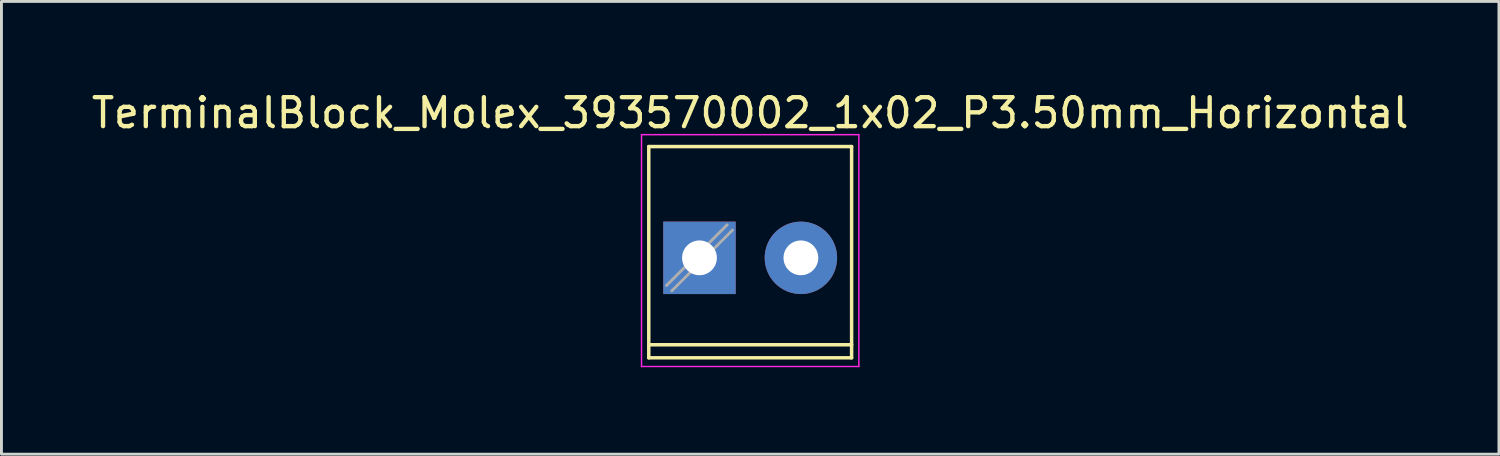
<source format=kicad_pcb>
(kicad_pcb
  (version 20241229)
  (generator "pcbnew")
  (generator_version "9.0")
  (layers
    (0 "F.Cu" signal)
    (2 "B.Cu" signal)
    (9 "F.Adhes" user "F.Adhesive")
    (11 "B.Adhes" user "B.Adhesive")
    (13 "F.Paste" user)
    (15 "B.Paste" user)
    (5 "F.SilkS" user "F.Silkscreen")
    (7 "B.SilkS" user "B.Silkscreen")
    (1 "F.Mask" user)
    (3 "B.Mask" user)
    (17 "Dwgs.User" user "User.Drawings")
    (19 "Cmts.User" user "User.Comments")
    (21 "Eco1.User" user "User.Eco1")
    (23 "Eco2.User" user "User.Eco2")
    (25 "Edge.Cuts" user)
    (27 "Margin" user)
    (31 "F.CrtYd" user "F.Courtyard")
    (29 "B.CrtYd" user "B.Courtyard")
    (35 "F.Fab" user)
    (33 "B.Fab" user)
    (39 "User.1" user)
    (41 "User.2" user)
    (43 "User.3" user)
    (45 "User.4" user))
  (footprint "TerminalBlock_Molex_393570002_1x02_P3.50mm_Horizontal"
    (layer "F.Cu")
    (at 21.089 5.848)
    (property "Reference" "TerminalBlock_Molex_393570002_1x02_P3.50mm_Horizontal" (at 1.75 -5 0) (layer "F.SilkS") (effects (font (size 1 1) (thickness 0.15))))
    (attr through_hole)
    (fp_line (start -1.75 -3.84) (end -1.75 3.45) (stroke (width 0.12) (type solid)) (layer "F.SilkS"))
    (fp_line (start -1.75 -3.84) (end 5.25 -3.84) (stroke (width 0.12) (type solid)) (layer "F.SilkS"))
    (fp_line (start -1.75 3) (end 5.25 3) (stroke (width 0.12) (type solid)) (layer "F.SilkS"))
    (fp_line (start -1.75 3.45) (end 5.25 3.45) (stroke (width 0.12) (type solid)) (layer "F.SilkS"))
    (fp_line (start 5.25 -3.84) (end 5.25 3.45) (stroke (width 0.12) (type solid)) (layer "F.SilkS"))
    (fp_line (start -2 -4.25) (end -2 3.75) (stroke (width 0.05) (type solid)) (layer "F.CrtYd"))
    (fp_line (start -2 3.75) (end 5.5 3.75) (stroke (width 0.05) (type solid)) (layer "F.CrtYd"))
    (fp_line (start 5.5 -4.25) (end -2 -4.25) (stroke (width 0.05) (type solid)) (layer "F.CrtYd"))
    (fp_line (start 5.5 3.75) (end 5.5 -4.25) (stroke (width 0.05) (type solid)) (layer "F.CrtYd"))
    (fp_line (start 0.955 -1.138) (end -1.138 0.955) (stroke (width 0.1) (type solid)) (layer "F.Fab"))
    (fp_line (start 1.138 -0.955) (end -0.955 1.138) (stroke (width 0.1) (type solid)) (layer "F.Fab"))
    (pad "1" thru_hole rect (at 0 0) (size 2.5 2.5) (drill 1.2) (layers "*.Cu" "*.Mask"))
    (pad "2" thru_hole circle (at 3.5 0) (size 2.5 2.5) (drill 1.2) (layers "*.Cu" "*.Mask")))
  (gr_rect
    (start -3 -3)
    (end 48.679 12.623)
    (stroke (width 0.1) (type default))
    (fill no)
    (layer "Edge.Cuts")))
</source>
